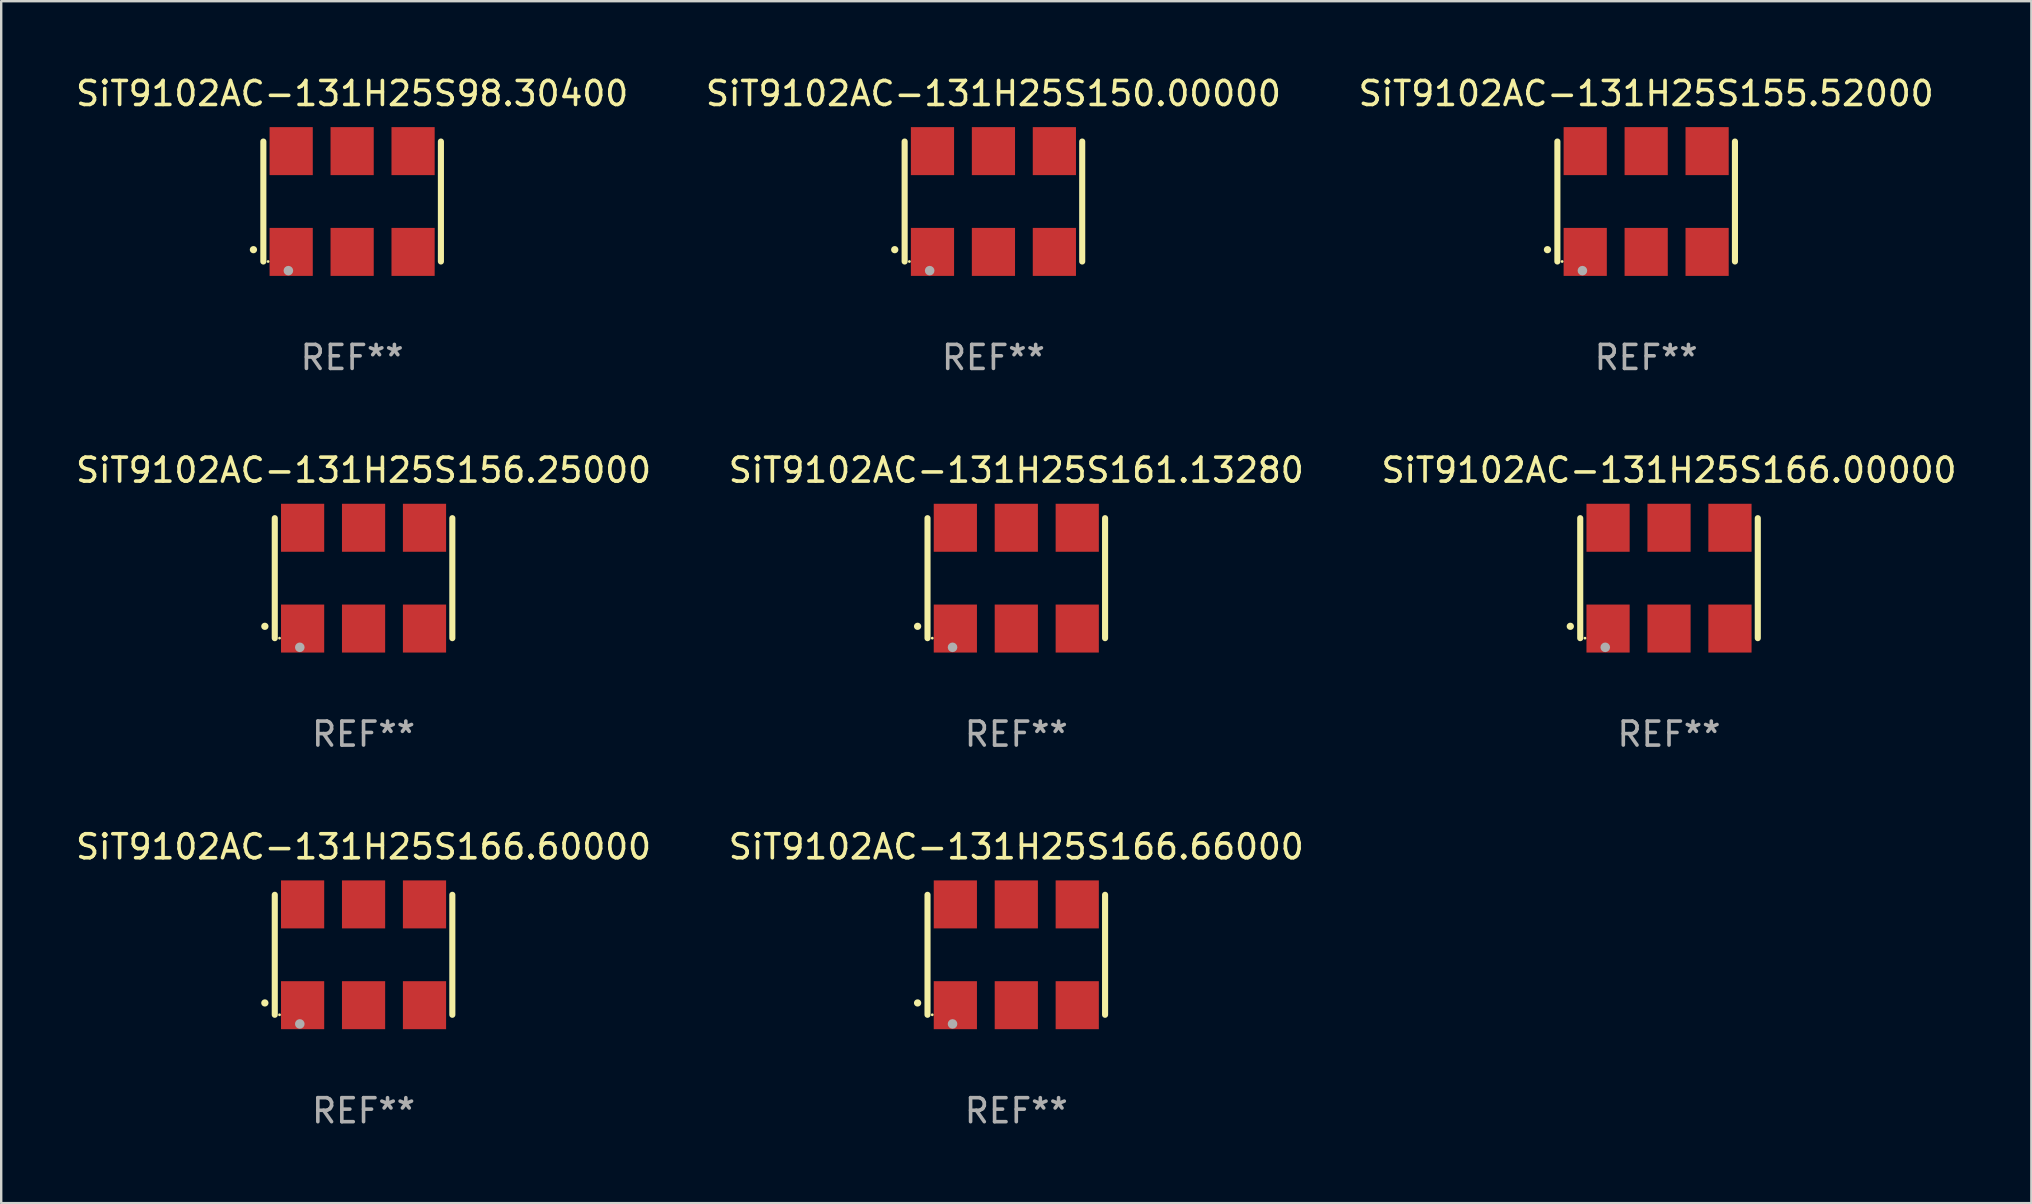
<source format=kicad_pcb>
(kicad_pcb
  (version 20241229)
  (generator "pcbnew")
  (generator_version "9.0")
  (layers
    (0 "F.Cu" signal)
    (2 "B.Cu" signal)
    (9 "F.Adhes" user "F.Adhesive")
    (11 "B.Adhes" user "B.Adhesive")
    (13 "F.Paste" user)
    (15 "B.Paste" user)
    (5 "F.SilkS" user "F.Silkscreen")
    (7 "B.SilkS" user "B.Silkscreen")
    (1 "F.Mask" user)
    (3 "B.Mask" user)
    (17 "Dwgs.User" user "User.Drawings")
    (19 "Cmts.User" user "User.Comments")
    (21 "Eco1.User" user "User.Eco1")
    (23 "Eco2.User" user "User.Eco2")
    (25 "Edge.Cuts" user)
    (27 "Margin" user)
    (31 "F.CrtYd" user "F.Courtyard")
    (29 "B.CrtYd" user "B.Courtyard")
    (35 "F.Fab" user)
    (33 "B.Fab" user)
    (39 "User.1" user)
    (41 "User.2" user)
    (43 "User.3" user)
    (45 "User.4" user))
  (footprint "SiT9102AC-131H25S166.66000"
    (layer "F.Cu")
    (at 39.304 36.741)
    (property "Reference" "SiT9102AC-131H25S166.66000" (at 0 -4.5 0) (layer "F.SilkS") (effects (font (size 1 1) (thickness 0.15))))
    (attr through_hole)
    (fp_line (start -3.7 -2.5) (end -3.7 2.5) (stroke (width 0.254) (type solid)) (layer "F.SilkS"))
    (fp_line (start 3.7 -2.5) (end 3.7 2.5) (stroke (width 0.254) (type solid)) (layer "F.SilkS"))
    (fp_arc (start -4.114415 2.006604) (mid -4.113145 2.006599) (end -4.111875 2.006604) (stroke (width 0.3) (type solid)) (layer "F.SilkS"))
    (fp_circle (center -3.502 2.5) (end -3.472 2.5) (stroke (width 0.06) (type solid)) (fill no) (layer "F.SilkS"))
    (fp_circle (center -2.657 2.882) (end -2.557 2.882) (stroke (width 0.2) (type solid)) (fill no) (layer "F.Fab"))
    (fp_text user "REF**" (at 0 6.5 0) (layer "F.Fab") (effects (font (size 1 1) (thickness 0.15))))
    (pad "1" smd rect (at -2.54 2.1) (size 1.8 2) (layers "F.Cu" "F.Mask" "F.Paste"))
    (pad "2" smd rect (at 0.000394 2.1) (size 1.8 2) (layers "F.Cu" "F.Mask" "F.Paste"))
    (pad "3" smd rect (at 2.54 2.1) (size 1.8 2) (layers "F.Cu" "F.Mask" "F.Paste"))
    (pad "4" smd rect (at 2.54 -2.1) (size 1.8 2) (layers "F.Cu" "F.Mask" "F.Paste"))
    (pad "5" smd rect (at 0.000394 -2.1) (size 1.8 2) (layers "F.Cu" "F.Mask" "F.Paste"))
    (pad "6" smd rect (at -2.54 -2.1) (size 1.8 2) (layers "F.Cu" "F.Mask" "F.Paste")))
  (footprint "SiT9102AC-131H25S98.30400"
    (layer "F.Cu")
    (at 11.625 5.348)
    (property "Reference" "SiT9102AC-131H25S98.30400" (at 0 -4.5 0) (layer "F.SilkS") (effects (font (size 1 1) (thickness 0.15))))
    (attr through_hole)
    (fp_line (start -3.7 -2.5) (end -3.7 2.5) (stroke (width 0.254) (type solid)) (layer "F.SilkS"))
    (fp_line (start 3.7 -2.5) (end 3.7 2.5) (stroke (width 0.254) (type solid)) (layer "F.SilkS"))
    (fp_arc (start -4.114415 2.006604) (mid -4.113145 2.006599) (end -4.111875 2.006604) (stroke (width 0.3) (type solid)) (layer "F.SilkS"))
    (fp_circle (center -3.502 2.5) (end -3.472 2.5) (stroke (width 0.06) (type solid)) (fill no) (layer "F.SilkS"))
    (fp_circle (center -2.657 2.882) (end -2.557 2.882) (stroke (width 0.2) (type solid)) (fill no) (layer "F.Fab"))
    (fp_text user "REF**" (at 0 6.5 0) (layer "F.Fab") (effects (font (size 1 1) (thickness 0.15))))
    (pad "1" smd rect (at -2.54 2.1) (size 1.8 2) (layers "F.Cu" "F.Mask" "F.Paste"))
    (pad "2" smd rect (at 0.000394 2.1) (size 1.8 2) (layers "F.Cu" "F.Mask" "F.Paste"))
    (pad "3" smd rect (at 2.54 2.1) (size 1.8 2) (layers "F.Cu" "F.Mask" "F.Paste"))
    (pad "4" smd rect (at 2.54 -2.1) (size 1.8 2) (layers "F.Cu" "F.Mask" "F.Paste"))
    (pad "5" smd rect (at 0.000394 -2.1) (size 1.8 2) (layers "F.Cu" "F.Mask" "F.Paste"))
    (pad "6" smd rect (at -2.54 -2.1) (size 1.8 2) (layers "F.Cu" "F.Mask" "F.Paste")))
  (footprint "SiT9102AC-131H25S166.00000"
    (layer "F.Cu")
    (at 66.506 21.045)
    (property "Reference" "SiT9102AC-131H25S166.00000" (at 0 -4.5 0) (layer "F.SilkS") (effects (font (size 1 1) (thickness 0.15))))
    (attr through_hole)
    (fp_line (start -3.7 -2.5) (end -3.7 2.5) (stroke (width 0.254) (type solid)) (layer "F.SilkS"))
    (fp_line (start 3.7 -2.5) (end 3.7 2.5) (stroke (width 0.254) (type solid)) (layer "F.SilkS"))
    (fp_arc (start -4.114415 2.006604) (mid -4.113145 2.006599) (end -4.111875 2.006604) (stroke (width 0.3) (type solid)) (layer "F.SilkS"))
    (fp_circle (center -3.502 2.5) (end -3.472 2.5) (stroke (width 0.06) (type solid)) (fill no) (layer "F.SilkS"))
    (fp_circle (center -2.657 2.882) (end -2.557 2.882) (stroke (width 0.2) (type solid)) (fill no) (layer "F.Fab"))
    (fp_text user "REF**" (at 0 6.5 0) (layer "F.Fab") (effects (font (size 1 1) (thickness 0.15))))
    (pad "1" smd rect (at -2.54 2.1) (size 1.8 2) (layers "F.Cu" "F.Mask" "F.Paste"))
    (pad "2" smd rect (at 0.000394 2.1) (size 1.8 2) (layers "F.Cu" "F.Mask" "F.Paste"))
    (pad "3" smd rect (at 2.54 2.1) (size 1.8 2) (layers "F.Cu" "F.Mask" "F.Paste"))
    (pad "4" smd rect (at 2.54 -2.1) (size 1.8 2) (layers "F.Cu" "F.Mask" "F.Paste"))
    (pad "5" smd rect (at 0.000394 -2.1) (size 1.8 2) (layers "F.Cu" "F.Mask" "F.Paste"))
    (pad "6" smd rect (at -2.54 -2.1) (size 1.8 2) (layers "F.Cu" "F.Mask" "F.Paste")))
  (footprint "SiT9102AC-131H25S156.25000"
    (layer "F.Cu")
    (at 12.101 21.045)
    (property "Reference" "SiT9102AC-131H25S156.25000" (at 0 -4.5 0) (layer "F.SilkS") (effects (font (size 1 1) (thickness 0.15))))
    (attr through_hole)
    (fp_line (start -3.7 -2.5) (end -3.7 2.5) (stroke (width 0.254) (type solid)) (layer "F.SilkS"))
    (fp_line (start 3.7 -2.5) (end 3.7 2.5) (stroke (width 0.254) (type solid)) (layer "F.SilkS"))
    (fp_arc (start -4.114415 2.006604) (mid -4.113145 2.006599) (end -4.111875 2.006604) (stroke (width 0.3) (type solid)) (layer "F.SilkS"))
    (fp_circle (center -3.502 2.5) (end -3.472 2.5) (stroke (width 0.06) (type solid)) (fill no) (layer "F.SilkS"))
    (fp_circle (center -2.657 2.882) (end -2.557 2.882) (stroke (width 0.2) (type solid)) (fill no) (layer "F.Fab"))
    (fp_text user "REF**" (at 0 6.5 0) (layer "F.Fab") (effects (font (size 1 1) (thickness 0.15))))
    (pad "1" smd rect (at -2.54 2.1) (size 1.8 2) (layers "F.Cu" "F.Mask" "F.Paste"))
    (pad "2" smd rect (at 0.000394 2.1) (size 1.8 2) (layers "F.Cu" "F.Mask" "F.Paste"))
    (pad "3" smd rect (at 2.54 2.1) (size 1.8 2) (layers "F.Cu" "F.Mask" "F.Paste"))
    (pad "4" smd rect (at 2.54 -2.1) (size 1.8 2) (layers "F.Cu" "F.Mask" "F.Paste"))
    (pad "5" smd rect (at 0.000394 -2.1) (size 1.8 2) (layers "F.Cu" "F.Mask" "F.Paste"))
    (pad "6" smd rect (at -2.54 -2.1) (size 1.8 2) (layers "F.Cu" "F.Mask" "F.Paste")))
  (footprint "SiT9102AC-131H25S150.00000"
    (layer "F.Cu")
    (at 38.351 5.348)
    (property "Reference" "SiT9102AC-131H25S150.00000" (at 0 -4.5 0) (layer "F.SilkS") (effects (font (size 1 1) (thickness 0.15))))
    (attr through_hole)
    (fp_line (start -3.7 -2.5) (end -3.7 2.5) (stroke (width 0.254) (type solid)) (layer "F.SilkS"))
    (fp_line (start 3.7 -2.5) (end 3.7 2.5) (stroke (width 0.254) (type solid)) (layer "F.SilkS"))
    (fp_arc (start -4.114415 2.006604) (mid -4.113145 2.006599) (end -4.111875 2.006604) (stroke (width 0.3) (type solid)) (layer "F.SilkS"))
    (fp_circle (center -3.502 2.5) (end -3.472 2.5) (stroke (width 0.06) (type solid)) (fill no) (layer "F.SilkS"))
    (fp_circle (center -2.657 2.882) (end -2.557 2.882) (stroke (width 0.2) (type solid)) (fill no) (layer "F.Fab"))
    (fp_text user "REF**" (at 0 6.5 0) (layer "F.Fab") (effects (font (size 1 1) (thickness 0.15))))
    (pad "1" smd rect (at -2.54 2.1) (size 1.8 2) (layers "F.Cu" "F.Mask" "F.Paste"))
    (pad "2" smd rect (at 0.000394 2.1) (size 1.8 2) (layers "F.Cu" "F.Mask" "F.Paste"))
    (pad "3" smd rect (at 2.54 2.1) (size 1.8 2) (layers "F.Cu" "F.Mask" "F.Paste"))
    (pad "4" smd rect (at 2.54 -2.1) (size 1.8 2) (layers "F.Cu" "F.Mask" "F.Paste"))
    (pad "5" smd rect (at 0.000394 -2.1) (size 1.8 2) (layers "F.Cu" "F.Mask" "F.Paste"))
    (pad "6" smd rect (at -2.54 -2.1) (size 1.8 2) (layers "F.Cu" "F.Mask" "F.Paste")))
  (footprint "SiT9102AC-131H25S155.52000"
    (layer "F.Cu")
    (at 65.554 5.348)
    (property "Reference" "SiT9102AC-131H25S155.52000" (at 0 -4.5 0) (layer "F.SilkS") (effects (font (size 1 1) (thickness 0.15))))
    (attr through_hole)
    (fp_line (start -3.7 -2.5) (end -3.7 2.5) (stroke (width 0.254) (type solid)) (layer "F.SilkS"))
    (fp_line (start 3.7 -2.5) (end 3.7 2.5) (stroke (width 0.254) (type solid)) (layer "F.SilkS"))
    (fp_arc (start -4.114415 2.006604) (mid -4.113145 2.006599) (end -4.111875 2.006604) (stroke (width 0.3) (type solid)) (layer "F.SilkS"))
    (fp_circle (center -3.502 2.5) (end -3.472 2.5) (stroke (width 0.06) (type solid)) (fill no) (layer "F.SilkS"))
    (fp_circle (center -2.657 2.882) (end -2.557 2.882) (stroke (width 0.2) (type solid)) (fill no) (layer "F.Fab"))
    (fp_text user "REF**" (at 0 6.5 0) (layer "F.Fab") (effects (font (size 1 1) (thickness 0.15))))
    (pad "1" smd rect (at -2.54 2.1) (size 1.8 2) (layers "F.Cu" "F.Mask" "F.Paste"))
    (pad "2" smd rect (at 0.000394 2.1) (size 1.8 2) (layers "F.Cu" "F.Mask" "F.Paste"))
    (pad "3" smd rect (at 2.54 2.1) (size 1.8 2) (layers "F.Cu" "F.Mask" "F.Paste"))
    (pad "4" smd rect (at 2.54 -2.1) (size 1.8 2) (layers "F.Cu" "F.Mask" "F.Paste"))
    (pad "5" smd rect (at 0.000394 -2.1) (size 1.8 2) (layers "F.Cu" "F.Mask" "F.Paste"))
    (pad "6" smd rect (at -2.54 -2.1) (size 1.8 2) (layers "F.Cu" "F.Mask" "F.Paste")))
  (footprint "SiT9102AC-131H25S161.13280"
    (layer "F.Cu")
    (at 39.304 21.045)
    (property "Reference" "SiT9102AC-131H25S161.13280" (at 0 -4.5 0) (layer "F.SilkS") (effects (font (size 1 1) (thickness 0.15))))
    (attr through_hole)
    (fp_line (start -3.7 -2.5) (end -3.7 2.5) (stroke (width 0.254) (type solid)) (layer "F.SilkS"))
    (fp_line (start 3.7 -2.5) (end 3.7 2.5) (stroke (width 0.254) (type solid)) (layer "F.SilkS"))
    (fp_arc (start -4.114415 2.006604) (mid -4.113145 2.006599) (end -4.111875 2.006604) (stroke (width 0.3) (type solid)) (layer "F.SilkS"))
    (fp_circle (center -3.502 2.5) (end -3.472 2.5) (stroke (width 0.06) (type solid)) (fill no) (layer "F.SilkS"))
    (fp_circle (center -2.657 2.882) (end -2.557 2.882) (stroke (width 0.2) (type solid)) (fill no) (layer "F.Fab"))
    (fp_text user "REF**" (at 0 6.5 0) (layer "F.Fab") (effects (font (size 1 1) (thickness 0.15))))
    (pad "1" smd rect (at -2.54 2.1) (size 1.8 2) (layers "F.Cu" "F.Mask" "F.Paste"))
    (pad "2" smd rect (at 0.000394 2.1) (size 1.8 2) (layers "F.Cu" "F.Mask" "F.Paste"))
    (pad "3" smd rect (at 2.54 2.1) (size 1.8 2) (layers "F.Cu" "F.Mask" "F.Paste"))
    (pad "4" smd rect (at 2.54 -2.1) (size 1.8 2) (layers "F.Cu" "F.Mask" "F.Paste"))
    (pad "5" smd rect (at 0.000394 -2.1) (size 1.8 2) (layers "F.Cu" "F.Mask" "F.Paste"))
    (pad "6" smd rect (at -2.54 -2.1) (size 1.8 2) (layers "F.Cu" "F.Mask" "F.Paste")))
  (footprint "SiT9102AC-131H25S166.60000"
    (layer "F.Cu")
    (at 12.101 36.741)
    (property "Reference" "SiT9102AC-131H25S166.60000" (at 0 -4.5 0) (layer "F.SilkS") (effects (font (size 1 1) (thickness 0.15))))
    (attr through_hole)
    (fp_line (start -3.7 -2.5) (end -3.7 2.5) (stroke (width 0.254) (type solid)) (layer "F.SilkS"))
    (fp_line (start 3.7 -2.5) (end 3.7 2.5) (stroke (width 0.254) (type solid)) (layer "F.SilkS"))
    (fp_arc (start -4.114415 2.006604) (mid -4.113145 2.006599) (end -4.111875 2.006604) (stroke (width 0.3) (type solid)) (layer "F.SilkS"))
    (fp_circle (center -3.502 2.5) (end -3.472 2.5) (stroke (width 0.06) (type solid)) (fill no) (layer "F.SilkS"))
    (fp_circle (center -2.657 2.882) (end -2.557 2.882) (stroke (width 0.2) (type solid)) (fill no) (layer "F.Fab"))
    (fp_text user "REF**" (at 0 6.5 0) (layer "F.Fab") (effects (font (size 1 1) (thickness 0.15))))
    (pad "1" smd rect (at -2.54 2.1) (size 1.8 2) (layers "F.Cu" "F.Mask" "F.Paste"))
    (pad "2" smd rect (at 0.000394 2.1) (size 1.8 2) (layers "F.Cu" "F.Mask" "F.Paste"))
    (pad "3" smd rect (at 2.54 2.1) (size 1.8 2) (layers "F.Cu" "F.Mask" "F.Paste"))
    (pad "4" smd rect (at 2.54 -2.1) (size 1.8 2) (layers "F.Cu" "F.Mask" "F.Paste"))
    (pad "5" smd rect (at 0.000394 -2.1) (size 1.8 2) (layers "F.Cu" "F.Mask" "F.Paste"))
    (pad "6" smd rect (at -2.54 -2.1) (size 1.8 2) (layers "F.Cu" "F.Mask" "F.Paste")))
  (gr_rect
    (start -3 -3)
    (end 81.607 47.09)
    (stroke (width 0.1) (type default))
    (fill no)
    (layer "Edge.Cuts")))
</source>
